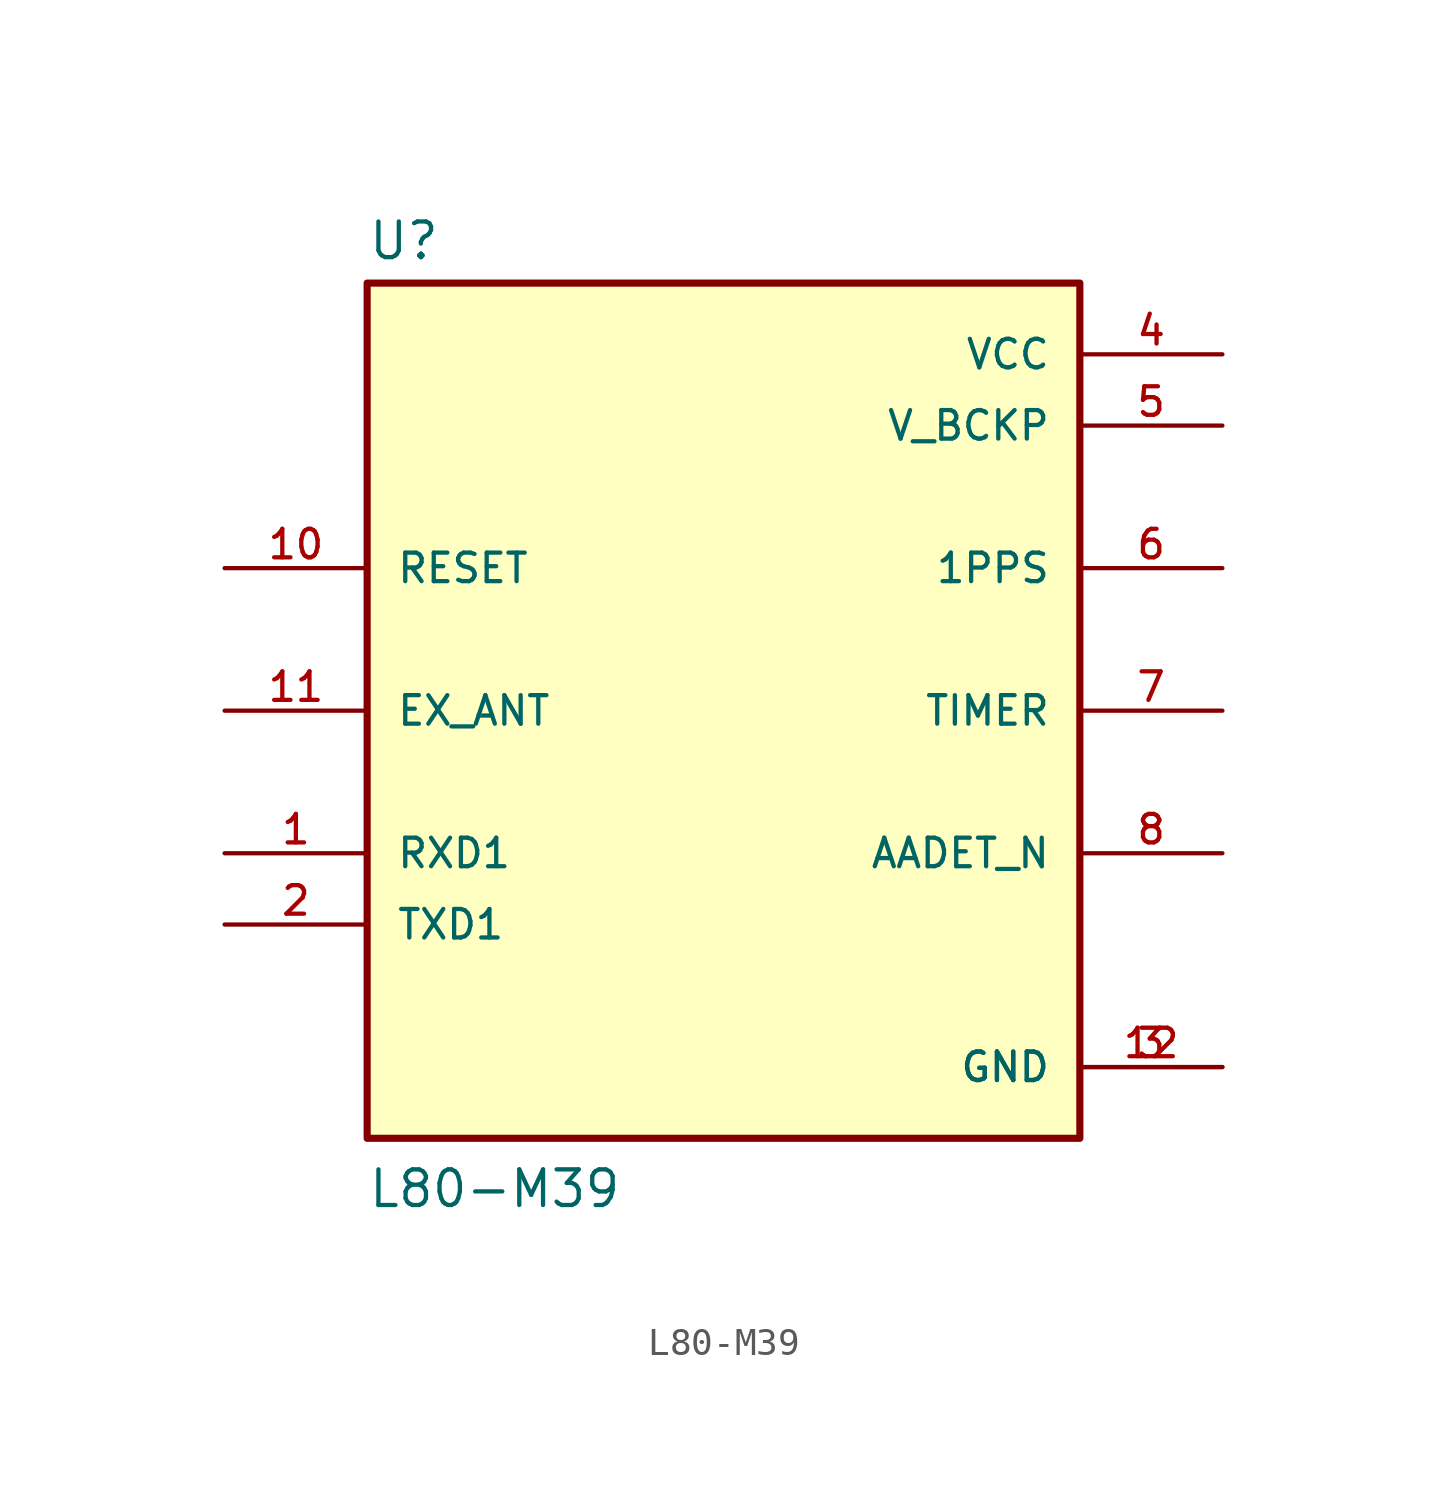
<source format=kicad_sym>
(kicad_symbol_lib
  (version 20211014)
  (generator kicad_symbol_editor)
  (symbol "L80-M39"
    (pin_names
      (offset 1.016))
    (property "Reference" "U"
      (at -12.7 16.002 0)
      (effects (font (size 1.27 1.27)) (justify left bottom)))
    (property "Value" "L80-M39"
      (at -12.7 -17.78 0)
      (effects (font (size 1.27 1.27)) (justify left bottom)))
    (property "ki_locked" ""
      (at 0 0 0)
      (effects (font (size 1.27 1.27))))
    (symbol "L80-M39_0_0"
      (rectangle (start -12.7 -15.24) (end 12.7 15.24) (stroke (width 0.254) (type default) (color 0 0 0 0)) (fill (type background)))
      (pin input line (at -17.78 -5.08 0) (length 5.08) (name "RXD1" (effects (font (size 1.016 1.016)))) (number "1" (effects (font (size 1.016 1.016)))))
      (pin input line (at -17.78 5.08 0) (length 5.08) (name "RESET" (effects (font (size 1.016 1.016)))) (number "10" (effects (font (size 1.016 1.016)))))
      (pin input line (at -17.78 0 0) (length 5.08) (name "EX_ANT" (effects (font (size 1.016 1.016)))) (number "11" (effects (font (size 1.016 1.016)))))
      (pin power_in line (at 17.78 -12.7 180) (length 5.08) (name "GND" (effects (font (size 1.016 1.016)))) (number "12" (effects (font (size 1.016 1.016)))))
      (pin output line (at -17.78 -7.62 0) (length 5.08) (name "TXD1" (effects (font (size 1.016 1.016)))) (number "2" (effects (font (size 1.016 1.016)))))
      (pin power_in line (at 17.78 -12.7 180) (length 5.08) (name "GND" (effects (font (size 1.016 1.016)))) (number "3" (effects (font (size 1.016 1.016)))))
      (pin power_in line (at 17.78 12.7 180) (length 5.08) (name "VCC" (effects (font (size 1.016 1.016)))) (number "4" (effects (font (size 1.016 1.016)))))
      (pin power_in line (at 17.78 10.16 180) (length 5.08) (name "V_BCKP" (effects (font (size 1.016 1.016)))) (number "5" (effects (font (size 1.016 1.016)))))
      (pin output line (at 17.78 5.08 180) (length 5.08) (name "1PPS" (effects (font (size 1.016 1.016)))) (number "6" (effects (font (size 1.016 1.016)))))
      (pin output line (at 17.78 0 180) (length 5.08) (name "TIMER" (effects (font (size 1.016 1.016)))) (number "7" (effects (font (size 1.016 1.016)))))
      (pin bidirectional line (at 17.78 -5.08 180) (length 5.08) (name "AADET_N" (effects (font (size 1.016 1.016)))) (number "8" (effects (font (size 1.016 1.016))))))))
</source>
